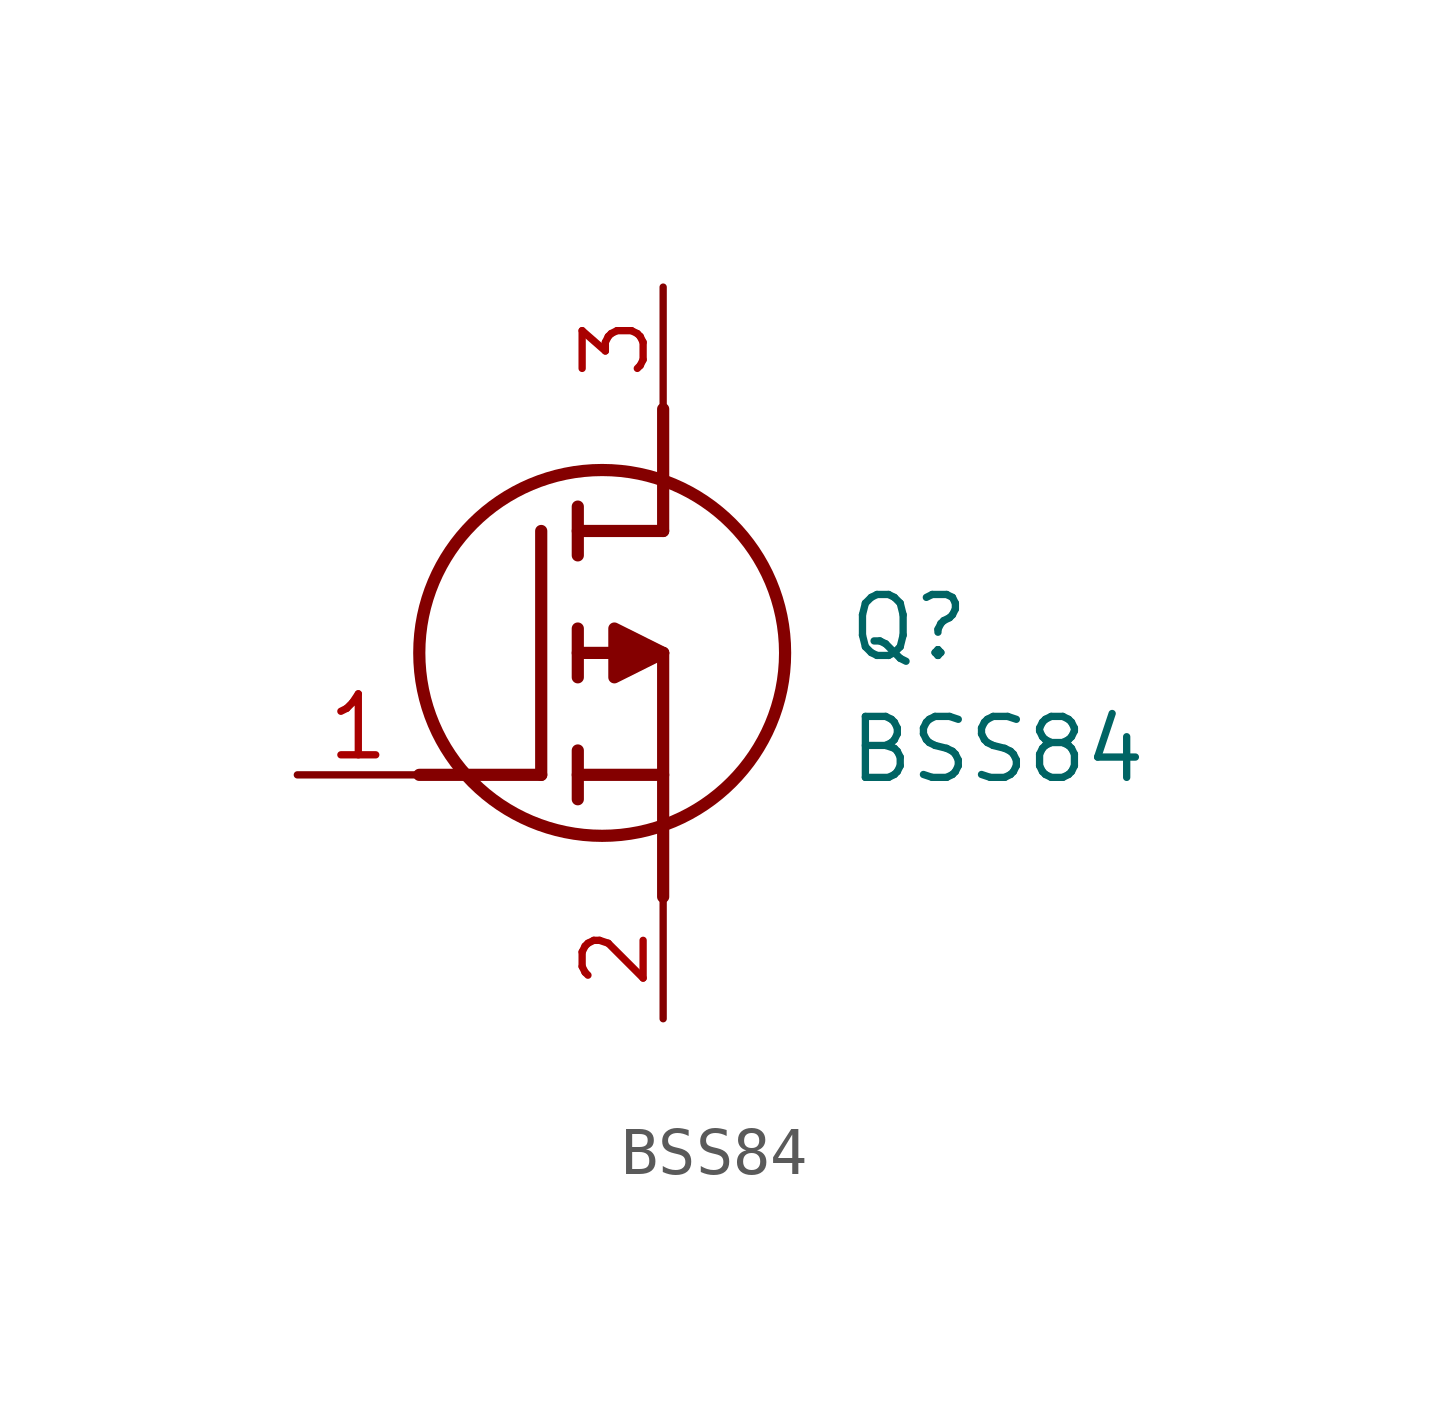
<source format=kicad_sym>
(kicad_symbol_lib
  (version 20211014)
  (generator SamacSys_ECAD_Model)
  (symbol "BSS84"
    (pin_names hide)
    (property "Reference" "Q"
      (at 11.43 3.81 0)
      (effects (font (size 1.27 1.27)) (justify left top)))
    (property "Value" "BSS84"
      (at 11.43 1.27 0)
      (effects (font (size 1.27 1.27)) (justify left top)))
    (polyline
      (pts (xy 7.62 2.54) (xy 7.62 -2.54))
      (stroke (width 0.254) (type default))
      (fill (type none)))
    (polyline
      (pts (xy 7.62 5.08) (xy 7.62 7.62))
      (stroke (width 0.254) (type default))
      (fill (type none)))
    (polyline
      (pts (xy 2.54 0) (xy 5.08 0))
      (stroke (width 0.254) (type default))
      (fill (type none)))
    (polyline
      (pts (xy 5.08 5.08) (xy 5.08 0))
      (stroke (width 0.254) (type default))
      (fill (type none)))
    (polyline
      (pts (xy 7.62 2.54) (xy 5.842 2.54))
      (stroke (width 0.254) (type default))
      (fill (type none)))
    (polyline
      (pts (xy 7.62 5.08) (xy 5.842 5.08))
      (stroke (width 0.254) (type default))
      (fill (type none)))
    (polyline
      (pts (xy 5.842 0) (xy 7.62 0))
      (stroke (width 0.254) (type default))
      (fill (type none)))
    (polyline
      (pts (xy 5.842 5.588) (xy 5.842 4.572))
      (stroke (width 0.254) (type default))
      (fill (type none)))
    (polyline
      (pts (xy 5.842 -0.508) (xy 5.842 0.508))
      (stroke (width 0.254) (type default))
      (fill (type none)))
    (polyline
      (pts (xy 5.842 2.032) (xy 5.842 3.048))
      (stroke (width 0.254) (type default))
      (fill (type none)))
    (circle
      (center 6.35 2.54)
      (radius 3.81)
      (stroke (width 0.254) (type default))
      (fill (type none)))
    (polyline
      (pts (xy 7.62 2.54) (xy 6.604 3.048) (xy 6.604 2.032) (xy 7.62 2.54))
      (stroke (width 0.254) (type default))
      (fill (type outline)))
    (pin passive line
      (at 0 0 0)
      (length 2.54)
      (name "G" (effects (font (size 1.27 1.27))))
      (number "1" (effects (font (size 1.27 1.27)))))
    (pin passive line
      (at 7.62 10.16 270)
      (length 2.54)
      (name "D" (effects (font (size 1.27 1.27))))
      (number "3" (effects (font (size 1.27 1.27)))))
    (pin passive line
      (at 7.62 -5.08 90)
      (length 2.54)
      (name "S" (effects (font (size 1.27 1.27))))
      (number "2" (effects (font (size 1.27 1.27)))))))
</source>
